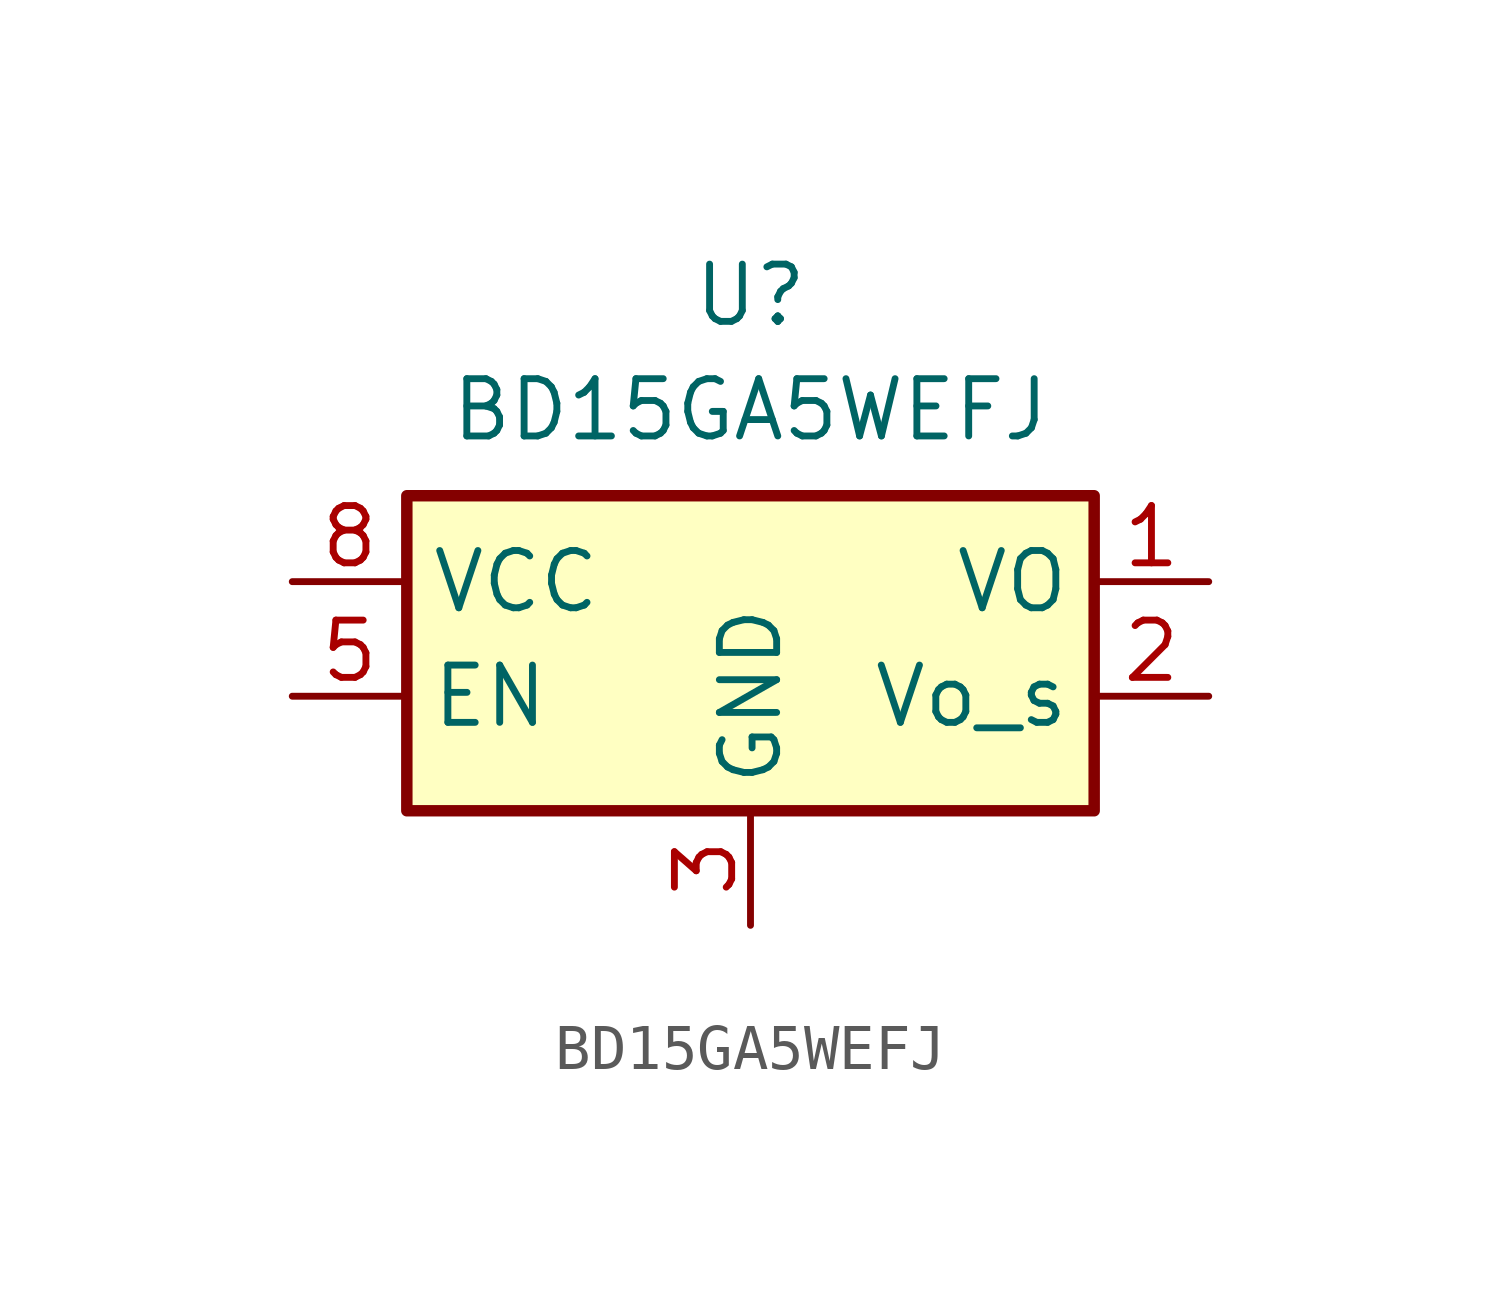
<source format=kicad_sym>
(kicad_symbol_lib
  (version 20211014)
  (generator kicad_symbol_editor)
  (symbol "BD15GA5WEFJ"
    (property "Reference" "U"
      (at 0 6.35 0)
      (effects (font (size 1.27 1.27))))
    (property "Value" "BD15GA5WEFJ"
      (at 0 3.81 0)
      (effects (font (size 1.27 1.27))))
    (symbol "BD15GA5WEFJ_1_1"
      (rectangle (start -7.62 -5.08) (end 7.62 1.905) (stroke (width 0.254) (type default) (color 0 0 0 0)) (fill (type background)))
      (pin power_out line (at 10.16 0 180) (length 2.54) (name "VO" (effects (font (size 1.27 1.27)))) (number "1" (effects (font (size 1.27 1.27)))))
      (pin input line (at 10.16 -2.54 180) (length 2.54) (name "Vo_s" (effects (font (size 1.27 1.27)))) (number "2" (effects (font (size 1.27 1.27)))))
      (pin power_in line (at 0 -7.62 90) (length 2.54) (name "GND" (effects (font (size 1.27 1.27)))) (number "3" (effects (font (size 1.27 1.27)))))
      (pin passive line (at 0 -7.62 90) (length 2.54) hide (name "GND" (effects (font (size 1.27 1.27)))) (number "4" (effects (font (size 1.27 1.27)))))
      (pin input line (at -10.16 -2.54 0) (length 2.54) (name "EN" (effects (font (size 1.27 1.27)))) (number "5" (effects (font (size 1.27 1.27)))))
      (pin passive line (at 0 -7.62 90) (length 2.54) hide (name "GND" (effects (font (size 1.27 1.27)))) (number "6" (effects (font (size 1.27 1.27)))))
      (pin passive line (at 0 -7.62 90) (length 2.54) hide (name "GND" (effects (font (size 1.27 1.27)))) (number "7" (effects (font (size 1.27 1.27)))))
      (pin power_in line (at -10.16 0 0) (length 2.54) (name "VCC" (effects (font (size 1.27 1.27)))) (number "8" (effects (font (size 1.27 1.27)))))
      (pin passive line (at 0 -7.62 90) (length 2.54) hide (name "GND" (effects (font (size 1.27 1.27)))) (number "9" (effects (font (size 1.27 1.27))))))))
</source>
